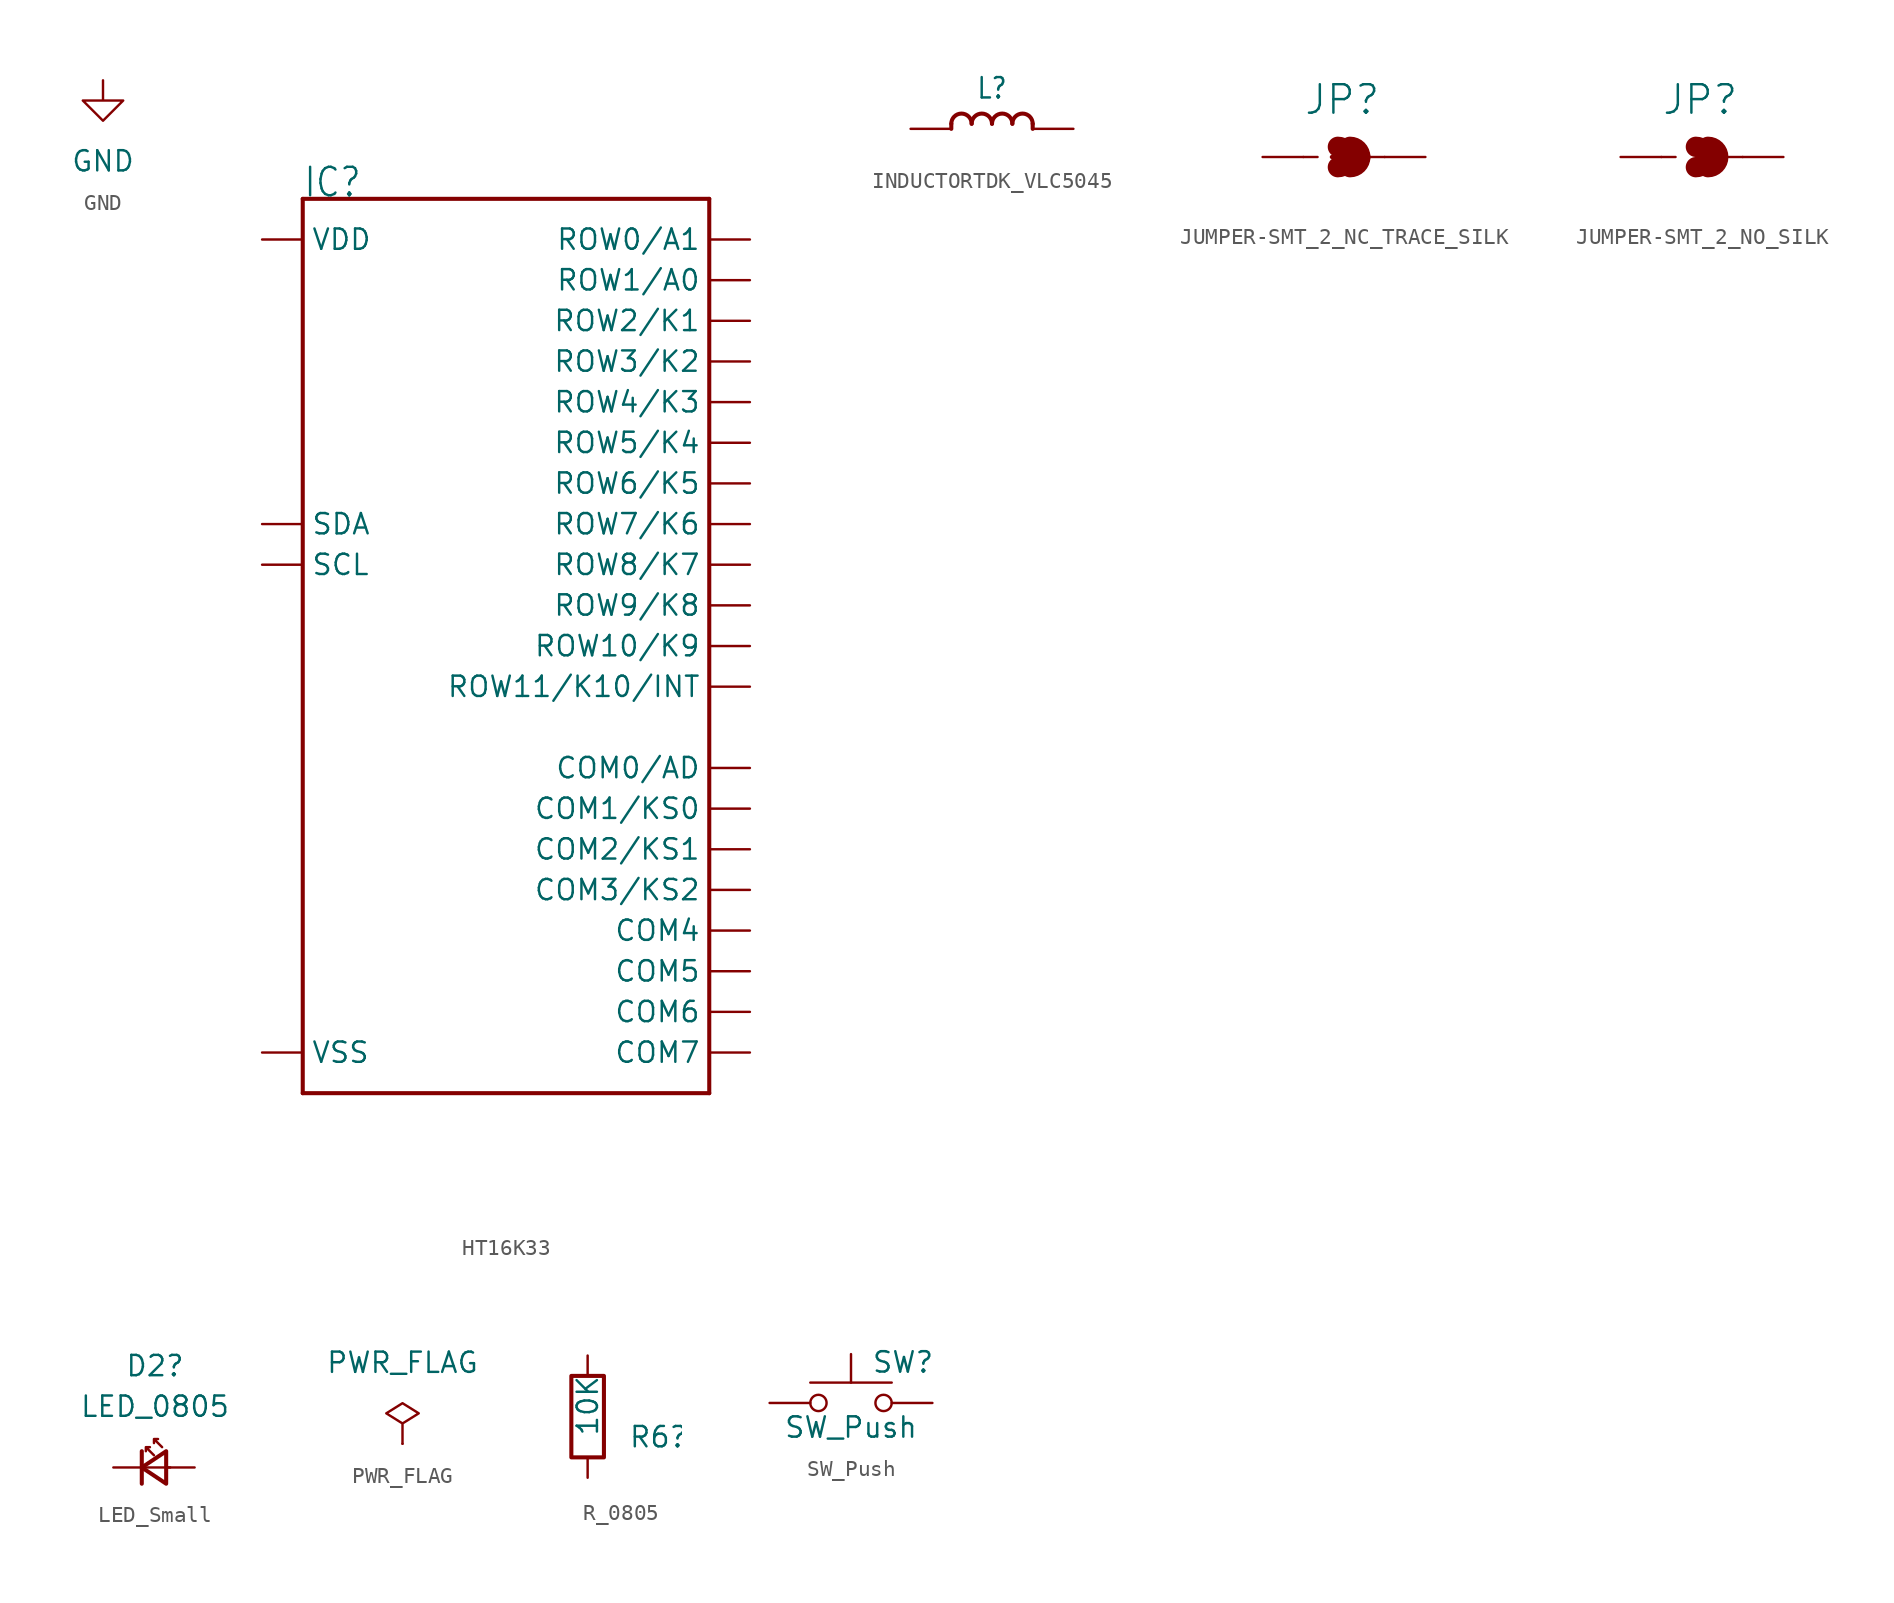
<source format=kicad_sym>
(kicad_symbol_lib
  (version 20220914)
  (generator kicad_symbol_editor)
  (symbol "GND"
    (power)
    (pin_names
      (offset 0))
    (property "Reference" "#PWR04"
      (at 0 -6.35 0)
      (effects (font (size 1.27 1.27)) hide))
    (property "Value" "GND"
      (at 0 -5.08 0)
      (effects (font (size 1.27 1.27))))
    (symbol "GND_0_1"
      (polyline (pts (xy 0 0) (xy 0 -1.27) (xy 1.27 -1.27) (xy 0 -2.54) (xy -1.27 -1.27) (xy 0 -1.27)) (stroke (width 0) (type default)) (fill (type none))))
    (symbol "GND_1_1"
      (pin power_in line (at 0 0 270) (length 0) hide (name "GND" (effects (font (size 1.27 1.27)))) (number "1" (effects (font (size 1.27 1.27)))))))
  (symbol "HT16K33"
    (property "Reference" "IC"
      (at -12.7 27.94 0)
      (effects (font (size 1.778 1.511)) (justify left bottom)))
    (property "Value" ""
      (at -12.7 -30.48 0)
      (effects (font (size 1.778 1.511)) (justify left bottom)))
    (property "ki_locked" ""
      (at 0 0 0)
      (effects (font (size 1.27 1.27))))
    (symbol "HT16K33_1_0"
      (polyline (pts (xy -12.7 -27.94) (xy 12.7 -27.94)) (stroke (width 0.254) (type solid)) (fill (type none)))
      (polyline (pts (xy -12.7 27.94) (xy -12.7 -27.94)) (stroke (width 0.254) (type solid)) (fill (type none)))
      (polyline (pts (xy 12.7 -27.94) (xy 12.7 27.94)) (stroke (width 0.254) (type solid)) (fill (type none)))
      (polyline (pts (xy 12.7 27.94) (xy -12.7 27.94)) (stroke (width 0.254) (type solid)) (fill (type none)))
      (pin power_in line (at -15.24 -25.4 0) (length 2.54) (name "VSS" (effects (font (size 1.27 1.27)))) (number "1" (effects (font (size 0 0)))))
      (pin bidirectional line (at 15.24 -2.54 180) (length 2.54) (name "ROW11/K10/INT" (effects (font (size 1.27 1.27)))) (number "10" (effects (font (size 0 0)))))
      (pin bidirectional line (at 15.24 0 180) (length 2.54) (name "ROW10/K9" (effects (font (size 1.27 1.27)))) (number "11" (effects (font (size 0 0)))))
      (pin bidirectional line (at 15.24 2.54 180) (length 2.54) (name "ROW9/K8" (effects (font (size 1.27 1.27)))) (number "12" (effects (font (size 0 0)))))
      (pin bidirectional line (at 15.24 5.08 180) (length 2.54) (name "ROW8/K7" (effects (font (size 1.27 1.27)))) (number "13" (effects (font (size 0 0)))))
      (pin bidirectional line (at 15.24 7.62 180) (length 2.54) (name "ROW7/K6" (effects (font (size 1.27 1.27)))) (number "14" (effects (font (size 0 0)))))
      (pin bidirectional line (at 15.24 10.16 180) (length 2.54) (name "ROW6/K5" (effects (font (size 1.27 1.27)))) (number "15" (effects (font (size 0 0)))))
      (pin bidirectional line (at 15.24 12.7 180) (length 2.54) (name "ROW5/K4" (effects (font (size 1.27 1.27)))) (number "16" (effects (font (size 0 0)))))
      (pin bidirectional line (at 15.24 15.24 180) (length 2.54) (name "ROW4/K3" (effects (font (size 1.27 1.27)))) (number "17" (effects (font (size 0 0)))))
      (pin bidirectional line (at 15.24 17.78 180) (length 2.54) (name "ROW3/K2" (effects (font (size 1.27 1.27)))) (number "18" (effects (font (size 0 0)))))
      (pin bidirectional line (at 15.24 20.32 180) (length 2.54) (name "ROW2/K1" (effects (font (size 1.27 1.27)))) (number "19" (effects (font (size 0 0)))))
      (pin bidirectional line (at 15.24 -7.62 180) (length 2.54) (name "COM0/AD" (effects (font (size 1.27 1.27)))) (number "2" (effects (font (size 0 0)))))
      (pin bidirectional line (at 15.24 22.86 180) (length 2.54) (name "ROW1/A0" (effects (font (size 1.27 1.27)))) (number "20" (effects (font (size 0 0)))))
      (pin bidirectional line (at 15.24 25.4 180) (length 2.54) (name "ROW0/A1" (effects (font (size 1.27 1.27)))) (number "21" (effects (font (size 0 0)))))
      (pin bidirectional line (at -15.24 5.08 0) (length 2.54) (name "SCL" (effects (font (size 1.27 1.27)))) (number "22" (effects (font (size 0 0)))))
      (pin bidirectional line (at -15.24 7.62 0) (length 2.54) (name "SDA" (effects (font (size 1.27 1.27)))) (number "23" (effects (font (size 0 0)))))
      (pin power_in line (at -15.24 25.4 0) (length 2.54) (name "VDD" (effects (font (size 1.27 1.27)))) (number "24" (effects (font (size 0 0)))))
      (pin bidirectional line (at 15.24 -10.16 180) (length 2.54) (name "COM1/KS0" (effects (font (size 1.27 1.27)))) (number "3" (effects (font (size 0 0)))))
      (pin bidirectional line (at 15.24 -12.7 180) (length 2.54) (name "COM2/KS1" (effects (font (size 1.27 1.27)))) (number "4" (effects (font (size 0 0)))))
      (pin bidirectional line (at 15.24 -15.24 180) (length 2.54) (name "COM3/KS2" (effects (font (size 1.27 1.27)))) (number "5" (effects (font (size 0 0)))))
      (pin bidirectional line (at 15.24 -17.78 180) (length 2.54) (name "COM4" (effects (font (size 1.27 1.27)))) (number "6" (effects (font (size 0 0)))))
      (pin bidirectional line (at 15.24 -20.32 180) (length 2.54) (name "COM5" (effects (font (size 1.27 1.27)))) (number "7" (effects (font (size 0 0)))))
      (pin bidirectional line (at 15.24 -22.86 180) (length 2.54) (name "COM6" (effects (font (size 1.27 1.27)))) (number "8" (effects (font (size 0 0)))))
      (pin bidirectional line (at 15.24 -25.4 180) (length 2.54) (name "COM7" (effects (font (size 1.27 1.27)))) (number "9" (effects (font (size 0 0)))))))
  (symbol "INDUCTORTDK_VLC5045"
    (property "Reference" "L"
      (at 0 2.54 0)
      (effects (font (size 1.27 1.079))))
    (property "Value" ""
      (at 0 -1.54 0)
      (effects (font (size 1.27 1.079))))
    (property "ki_locked" ""
      (at 0 0 0)
      (effects (font (size 1.27 1.27))))
    (symbol "INDUCTORTDK_VLC5045_1_0"
      (arc (start -1.27 0.3173) (mid -1.9049 0.9497) (end -2.54 0.3175) (stroke (width 0.254) (type solid)) (fill (type none)))
      (polyline (pts (xy -2.54 0.318) (xy -2.54 0)) (stroke (width 0.254) (type solid)) (fill (type none)))
      (polyline (pts (xy 2.54 0.318) (xy 2.54 0)) (stroke (width 0.254) (type solid)) (fill (type none)))
      (arc (start 0 0.3173) (mid -0.6349 0.9497) (end -1.27 0.3175) (stroke (width 0.254) (type solid)) (fill (type none)))
      (arc (start 1.27 0.3173) (mid 0.6351 0.9497) (end 0 0.3175) (stroke (width 0.254) (type solid)) (fill (type none)))
      (arc (start 2.54 0.3173) (mid 1.9051 0.9497) (end 1.27 0.3175) (stroke (width 0.254) (type solid)) (fill (type none)))
      (pin passive line (at -5.08 0 0) (length 2.54) (name "1" (effects (font (size 0 0)))) (number "P$1" (effects (font (size 0 0)))))
      (pin passive line (at 5.08 0 180) (length 2.54) (name "2" (effects (font (size 0 0)))) (number "P$2" (effects (font (size 0 0)))))))
  (symbol "JUMPER-SMT_2_NC_TRACE_SILK"
    (property "Reference" "JP"
      (at -2.54 2.54 0)
      (effects (font (size 1.778 1.778)) (justify left bottom)))
    (property "Value" ""
      (at -2.54 -2.54 0)
      (effects (font (size 1.778 1.778)) (justify left top)))
    (property "ki_locked" ""
      (at 0 0 0)
      (effects (font (size 1.27 1.27))))
    (symbol "JUMPER-SMT_2_NC_TRACE_SILK_1_0"
      (arc (start -0.381 -0.635) (mid 0.2514 -0.0001) (end -0.3808 0.635) (stroke (width 1.27) (type solid)) (fill (type none)))
      (polyline (pts (xy -2.54 0) (xy -1.651 0)) (stroke (width 0.152) (type solid)) (fill (type none)))
      (polyline (pts (xy -0.762 0) (xy 1.016 0)) (stroke (width 0.254) (type solid)) (fill (type none)))
      (polyline (pts (xy 2.54 0) (xy 1.651 0)) (stroke (width 0.152) (type solid)) (fill (type none)))
      (arc (start 0.3809 -0.6351) (mid 0.83 -0.4491) (end 1.016 0) (stroke (width 1.27) (type solid)) (fill (type none)))
      (arc (start 1.0159 -0.0001) (mid 0.83 0.4489) (end 0.381 0.635) (stroke (width 1.27) (type solid)) (fill (type none)))
      (pin passive line (at -5.08 0 0) (length 2.54) (name "1" (effects (font (size 0 0)))) (number "1" (effects (font (size 0 0)))))
      (pin passive line (at 5.08 0 180) (length 2.54) (name "2" (effects (font (size 0 0)))) (number "2" (effects (font (size 0 0)))))))
  (symbol "JUMPER-SMT_2_NO_SILK"
    (property "Reference" "JP"
      (at -2.54 2.54 0)
      (effects (font (size 1.778 1.778)) (justify left bottom)))
    (property "Value" ""
      (at -2.54 -2.54 0)
      (effects (font (size 1.778 1.778)) (justify left top)))
    (property "ki_locked" ""
      (at 0 0 0)
      (effects (font (size 1.27 1.27))))
    (symbol "JUMPER-SMT_2_NO_SILK_1_0"
      (arc (start -0.381 -0.635) (mid 0.2514 -0.0001) (end -0.3808 0.635) (stroke (width 1.27) (type solid)) (fill (type none)))
      (polyline (pts (xy -2.54 0) (xy -1.651 0)) (stroke (width 0.152) (type solid)) (fill (type none)))
      (polyline (pts (xy 2.54 0) (xy 1.651 0)) (stroke (width 0.152) (type solid)) (fill (type none)))
      (arc (start 0.3808 -0.635) (mid 1.0132 -0.0001) (end 0.381 0.635) (stroke (width 1.27) (type solid)) (fill (type none)))
      (pin passive line (at -5.08 0 0) (length 2.54) (name "1" (effects (font (size 0 0)))) (number "1" (effects (font (size 0 0)))))
      (pin passive line (at 5.08 0 180) (length 2.54) (name "2" (effects (font (size 0 0)))) (number "2" (effects (font (size 0 0)))))))
  (symbol "LED_Small"
    (pin_numbers hide)
    (pin_names
      (offset 0.254) hide)
    (property "Reference" "D2"
      (at 0.064 6.35 0)
      (effects (font (size 1.27 1.27))))
    (property "Value" "LED_0805"
      (at 0.064 3.81 0)
      (effects (font (size 1.27 1.27))))
    (symbol "LED_Small_0_1"
      (polyline (pts (xy -0.762 -1.016) (xy -0.762 1.016)) (stroke (width 0.254) (type default)) (fill (type none)))
      (polyline (pts (xy 1.016 0) (xy -0.762 0)) (stroke (width 0) (type default)) (fill (type none)))
      (polyline (pts (xy 0.762 -1.016) (xy -0.762 0) (xy 0.762 1.016) (xy 0.762 -1.016)) (stroke (width 0.254) (type default)) (fill (type none)))
      (polyline (pts (xy 0 0.762) (xy -0.508 1.27) (xy -0.254 1.27) (xy -0.508 1.27) (xy -0.508 1.016)) (stroke (width 0) (type default)) (fill (type none)))
      (polyline (pts (xy 0.508 1.27) (xy 0 1.778) (xy 0.254 1.778) (xy 0 1.778) (xy 0 1.524)) (stroke (width 0) (type default)) (fill (type none))))
    (symbol "LED_Small_1_1"
      (pin passive line (at -2.54 0 0) (length 1.778) (name "K" (effects (font (size 1.27 1.27)))) (number "1" (effects (font (size 1.27 1.27)))))
      (pin passive line (at 2.54 0 180) (length 1.778) (name "A" (effects (font (size 1.27 1.27)))) (number "2" (effects (font (size 1.27 1.27)))))))
  (symbol "PWR_FLAG"
    (power)
    (pin_numbers hide)
    (pin_names
      (offset 0) hide)
    (property "Reference" "#FLG04"
      (at 0 1.905 0)
      (effects (font (size 1.27 1.27)) hide))
    (property "Value" "PWR_FLAG"
      (at 0 5.08 0)
      (effects (font (size 1.27 1.27))))
    (symbol "PWR_FLAG_0_0"
      (pin power_out line (at 0 0 90) (length 0) (name "pwr" (effects (font (size 1.27 1.27)))) (number "1" (effects (font (size 1.27 1.27))))))
    (symbol "PWR_FLAG_0_1"
      (polyline (pts (xy 0 0) (xy 0 1.27) (xy -1.016 1.905) (xy 0 2.54) (xy 1.016 1.905) (xy 0 1.27)) (stroke (width 0) (type default)) (fill (type none)))))
  (symbol "R_0805"
    (pin_numbers hide)
    (pin_names
      (offset 0))
    (property "Reference" "R6"
      (at 2.54 -5.08 0)
      (effects (font (size 1.27 1.27)) (justify left)))
    (property "Value" "10K"
      (at 0 -5.08 90)
      (effects (font (size 1.27 1.27)) (justify left)))
    (symbol "R_0805_0_1"
      (rectangle (start -1.016 -6.35) (end 1.016 -1.27) (stroke (width 0.254) (type default)) (fill (type none))))
    (symbol "R_0805_1_1"
      (pin passive line (at 0 0 270) (length 1.27) (name "~" (effects (font (size 1.27 1.27)))) (number "1" (effects (font (size 1.27 1.27)))))
      (pin passive line (at 0 -7.62 90) (length 1.27) (name "~" (effects (font (size 1.27 1.27)))) (number "2" (effects (font (size 1.27 1.27)))))))
  (symbol "SW_Push"
    (pin_numbers hide)
    (pin_names
      (offset 1.016) hide)
    (property "Reference" "SW"
      (at 1.27 2.54 0)
      (effects (font (size 1.27 1.27)) (justify left)))
    (property "Value" "SW_Push"
      (at 0 -1.524 0)
      (effects (font (size 1.27 1.27))))
    (symbol "SW_Push_0_1"
      (circle (center -2.032 0) (radius 0.508) (stroke (width 0) (type default)) (fill (type none)))
      (polyline (pts (xy 0 1.27) (xy 0 3.048)) (stroke (width 0) (type default)) (fill (type none)))
      (polyline (pts (xy 2.54 1.27) (xy -2.54 1.27)) (stroke (width 0) (type default)) (fill (type none)))
      (circle (center 2.032 0) (radius 0.508) (stroke (width 0) (type default)) (fill (type none)))
      (pin passive line (at -5.08 0 0) (length 2.54) (name "1" (effects (font (size 1.27 1.27)))) (number "1" (effects (font (size 1.27 1.27))))))
    (symbol "SW_Push_1_1"
      (pin power_in line (at 5.08 0 180) (length 2.54) (name "2" (effects (font (size 1.27 1.27)))) (number "2" (effects (font (size 1.27 1.27))))))))
</source>
